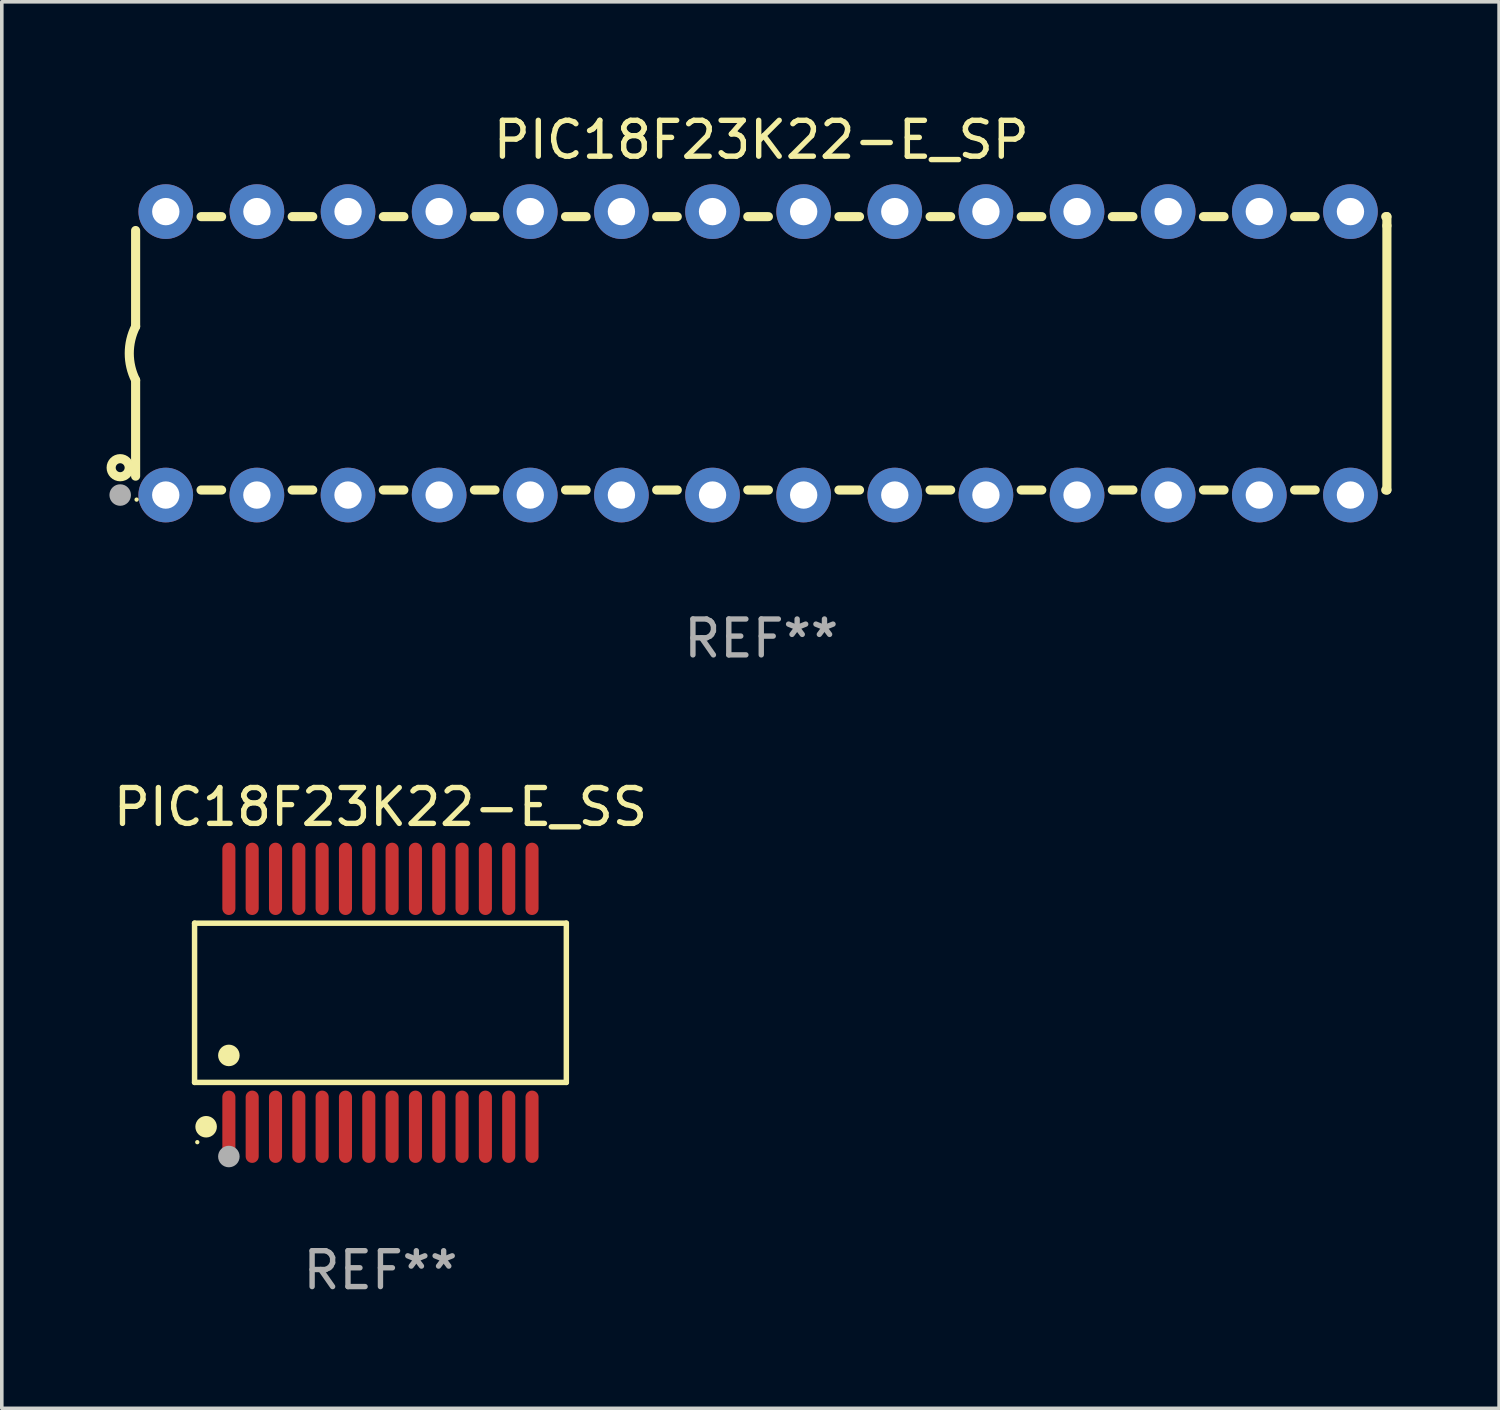
<source format=kicad_pcb>
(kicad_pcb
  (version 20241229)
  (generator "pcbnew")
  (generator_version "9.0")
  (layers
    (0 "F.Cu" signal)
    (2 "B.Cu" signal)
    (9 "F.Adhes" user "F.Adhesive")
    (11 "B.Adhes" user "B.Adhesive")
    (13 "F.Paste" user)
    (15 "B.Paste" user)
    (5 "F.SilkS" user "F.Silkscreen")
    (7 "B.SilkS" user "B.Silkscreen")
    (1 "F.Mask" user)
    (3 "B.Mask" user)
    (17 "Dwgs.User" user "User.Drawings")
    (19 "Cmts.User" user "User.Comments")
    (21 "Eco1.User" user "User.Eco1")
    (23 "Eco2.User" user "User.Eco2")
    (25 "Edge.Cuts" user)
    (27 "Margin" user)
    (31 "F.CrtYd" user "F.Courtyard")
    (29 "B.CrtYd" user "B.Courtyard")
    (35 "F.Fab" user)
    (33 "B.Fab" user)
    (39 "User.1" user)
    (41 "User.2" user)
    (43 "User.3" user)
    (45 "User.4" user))
  (footprint "PIC18F23K22-E_SP"
    (layer "F.Cu")
    (at 18.168 6.798)
    (property "Reference" "PIC18F23K22-E_SP" (at 0 -5.95 0) (layer "F.SilkS") (effects (font (size 1 1) (thickness 0.15))))
    (attr through_hole)
    (fp_line (start -17.438 0.75) (end -17.438 3.423) (stroke (width 0.254) (type solid)) (layer "F.SilkS"))
    (fp_line (start -17.438 -3.423) (end -17.438 -0.75) (stroke (width 0.254) (type solid)) (layer "F.SilkS"))
    (fp_line (start -15.615 3.81) (end -15.041 3.81) (stroke (width 0.254) (type solid)) (layer "F.SilkS"))
    (fp_line (start -15.041 -3.81) (end -15.614 -3.81) (stroke (width 0.254) (type solid)) (layer "F.SilkS"))
    (fp_line (start -13.075 3.81) (end -12.501 3.81) (stroke (width 0.254) (type solid)) (layer "F.SilkS"))
    (fp_line (start -12.501 -3.81) (end -13.074 -3.81) (stroke (width 0.254) (type solid)) (layer "F.SilkS"))
    (fp_line (start -10.535 3.81) (end -9.961 3.81) (stroke (width 0.254) (type solid)) (layer "F.SilkS"))
    (fp_line (start -9.961 -3.81) (end -10.534 -3.81) (stroke (width 0.254) (type solid)) (layer "F.SilkS"))
    (fp_line (start -7.995 3.81) (end -7.421 3.81) (stroke (width 0.254) (type solid)) (layer "F.SilkS"))
    (fp_line (start -7.421 -3.81) (end -7.995 -3.81) (stroke (width 0.254) (type solid)) (layer "F.SilkS"))
    (fp_line (start -5.455 3.81) (end -4.881 3.81) (stroke (width 0.254) (type solid)) (layer "F.SilkS"))
    (fp_line (start -4.881 -3.81) (end -5.455 -3.81) (stroke (width 0.254) (type solid)) (layer "F.SilkS"))
    (fp_line (start -2.915 3.81) (end -2.341 3.81) (stroke (width 0.254) (type solid)) (layer "F.SilkS"))
    (fp_line (start -2.341 -3.81) (end -2.915 -3.81) (stroke (width 0.254) (type solid)) (layer "F.SilkS"))
    (fp_line (start -0.375 3.81) (end 0.199 3.81) (stroke (width 0.254) (type solid)) (layer "F.SilkS"))
    (fp_line (start 0.199 -3.81) (end -0.375 -3.81) (stroke (width 0.254) (type solid)) (layer "F.SilkS"))
    (fp_line (start 2.165 3.81) (end 2.739 3.81) (stroke (width 0.254) (type solid)) (layer "F.SilkS"))
    (fp_line (start 2.739 -3.81) (end 2.165 -3.81) (stroke (width 0.254) (type solid)) (layer "F.SilkS"))
    (fp_line (start 4.705 3.81) (end 5.279 3.81) (stroke (width 0.254) (type solid)) (layer "F.SilkS"))
    (fp_line (start 5.279 -3.81) (end 4.705 -3.81) (stroke (width 0.254) (type solid)) (layer "F.SilkS"))
    (fp_line (start 7.245 3.81) (end 7.819 3.81) (stroke (width 0.254) (type solid)) (layer "F.SilkS"))
    (fp_line (start 7.819 -3.81) (end 7.245 -3.81) (stroke (width 0.254) (type solid)) (layer "F.SilkS"))
    (fp_line (start 9.785 3.81) (end 10.359 3.81) (stroke (width 0.254) (type solid)) (layer "F.SilkS"))
    (fp_line (start 10.359 -3.81) (end 9.785 -3.81) (stroke (width 0.254) (type solid)) (layer "F.SilkS"))
    (fp_line (start 12.325 3.81) (end 12.899 3.81) (stroke (width 0.254) (type solid)) (layer "F.SilkS"))
    (fp_line (start 12.899 -3.81) (end 12.325 -3.81) (stroke (width 0.254) (type solid)) (layer "F.SilkS"))
    (fp_line (start 14.865 3.81) (end 15.439 3.81) (stroke (width 0.254) (type solid)) (layer "F.SilkS"))
    (fp_line (start 15.439 -3.81) (end 14.865 -3.81) (stroke (width 0.254) (type solid)) (layer "F.SilkS"))
    (fp_line (start 17.405 3.81) (end 17.438 3.81) (stroke (width 0.254) (type solid)) (layer "F.SilkS"))
    (fp_line (start 17.438 -3.81) (end 17.405 -3.81) (stroke (width 0.254) (type solid)) (layer "F.SilkS"))
    (fp_line (start 17.438 -3.556) (end 17.438 -3.81) (stroke (width 0.254) (type solid)) (layer "F.SilkS"))
    (fp_line (start 17.438 3.81) (end 17.438 -3.556) (stroke (width 0.254) (type solid)) (layer "F.SilkS"))
    (fp_arc (start -17.437986 0.749657) (mid -17.614887 -0.000024) (end -17.437783 -0.749657) (stroke (width 0.254001) (type solid)) (layer "F.SilkS"))
    (fp_circle (center -17.868 3.188) (end -17.743 3.188) (stroke (width 0.254) (type solid)) (fill no) (layer "F.SilkS"))
    (fp_circle (center -17.411 4.077) (end -17.381 4.077) (stroke (width 0.06) (type solid)) (fill no) (layer "F.SilkS"))
    (fp_circle (center -17.868 3.95) (end -17.718 3.95) (stroke (width 0.3) (type solid)) (fill no) (layer "F.Fab"))
    (fp_text user "REF**" (at 0 7.95 0) (layer "F.Fab") (effects (font (size 1 1) (thickness 0.15))))
    (pad "1" thru_hole circle (at -16.598 3.95) (size 1.524 1.524) (drill 0.762) (layers "*.Cu" "*.Mask"))
    (pad "2" thru_hole circle (at -14.058 3.95) (size 1.524 1.524) (drill 0.762) (layers "*.Cu" "*.Mask"))
    (pad "3" thru_hole circle (at -11.518 3.95) (size 1.524 1.524) (drill 0.762) (layers "*.Cu" "*.Mask"))
    (pad "4" thru_hole circle (at -8.978 3.95) (size 1.524 1.524) (drill 0.762) (layers "*.Cu" "*.Mask"))
    (pad "5" thru_hole circle (at -6.438 3.95) (size 1.524 1.524) (drill 0.762) (layers "*.Cu" "*.Mask"))
    (pad "6" thru_hole circle (at -3.898 3.95) (size 1.524 1.524) (drill 0.762) (layers "*.Cu" "*.Mask"))
    (pad "7" thru_hole circle (at -1.358 3.95) (size 1.524 1.524) (drill 0.762) (layers "*.Cu" "*.Mask"))
    (pad "8" thru_hole circle (at 1.182 3.95) (size 1.524 1.524) (drill 0.762) (layers "*.Cu" "*.Mask"))
    (pad "9" thru_hole circle (at 3.722 3.95) (size 1.524 1.524) (drill 0.762) (layers "*.Cu" "*.Mask"))
    (pad "10" thru_hole circle (at 6.262 3.95) (size 1.524 1.524) (drill 0.762) (layers "*.Cu" "*.Mask"))
    (pad "11" thru_hole circle (at 8.802 3.95) (size 1.524 1.524) (drill 0.762) (layers "*.Cu" "*.Mask"))
    (pad "12" thru_hole circle (at 11.342 3.95) (size 1.524 1.524) (drill 0.762) (layers "*.Cu" "*.Mask"))
    (pad "13" thru_hole circle (at 13.882 3.95) (size 1.524 1.524) (drill 0.762) (layers "*.Cu" "*.Mask"))
    (pad "14" thru_hole circle (at 16.422 3.95) (size 1.524 1.524) (drill 0.762) (layers "*.Cu" "*.Mask"))
    (pad "15" thru_hole circle (at 16.422 -3.95) (size 1.524 1.524) (drill 0.762) (layers "*.Cu" "*.Mask"))
    (pad "16" thru_hole circle (at 13.882 -3.95) (size 1.524 1.524) (drill 0.762) (layers "*.Cu" "*.Mask"))
    (pad "17" thru_hole circle (at 11.342 -3.95) (size 1.524 1.524) (drill 0.762) (layers "*.Cu" "*.Mask"))
    (pad "18" thru_hole circle (at 8.802 -3.95) (size 1.524 1.524) (drill 0.762) (layers "*.Cu" "*.Mask"))
    (pad "19" thru_hole circle (at 6.262 -3.95) (size 1.524 1.524) (drill 0.762) (layers "*.Cu" "*.Mask"))
    (pad "20" thru_hole circle (at 3.722 -3.95) (size 1.524 1.524) (drill 0.762) (layers "*.Cu" "*.Mask"))
    (pad "21" thru_hole circle (at 1.182 -3.95) (size 1.524 1.524) (drill 0.762) (layers "*.Cu" "*.Mask"))
    (pad "22" thru_hole circle (at -1.358 -3.95) (size 1.524 1.524) (drill 0.762) (layers "*.Cu" "*.Mask"))
    (pad "23" thru_hole circle (at -3.898 -3.95) (size 1.524 1.524) (drill 0.762) (layers "*.Cu" "*.Mask"))
    (pad "24" thru_hole circle (at -6.438 -3.95) (size 1.524 1.524) (drill 0.762) (layers "*.Cu" "*.Mask"))
    (pad "25" thru_hole circle (at -8.978 -3.95) (size 1.524 1.524) (drill 0.762) (layers "*.Cu" "*.Mask"))
    (pad "26" thru_hole circle (at -11.517 -3.95) (size 1.524 1.524) (drill 0.762) (layers "*.Cu" "*.Mask"))
    (pad "27" thru_hole circle (at -14.057 -3.95) (size 1.524 1.524) (drill 0.762) (layers "*.Cu" "*.Mask"))
    (pad "28" thru_hole circle (at -16.597 -3.95) (size 1.524 1.524) (drill 0.762) (layers "*.Cu" "*.Mask")))
  (footprint "PIC18F23K22-E_SS"
    (layer "F.Cu")
    (at 7.554 24.9)
    (property "Reference" "PIC18F23K22-E_SS" (at 0 -5.455 0) (layer "F.SilkS") (effects (font (size 1 1) (thickness 0.15))))
    (attr through_hole)
    (fp_line (start -5.181 -2.219) (end 5.181 -2.219) (stroke (width 0.152) (type solid)) (layer "F.SilkS"))
    (fp_line (start -5.181 2.219) (end -5.181 -2.219) (stroke (width 0.152) (type solid)) (layer "F.SilkS"))
    (fp_line (start 5.181 -2.219) (end 5.181 2.219) (stroke (width 0.152) (type solid)) (layer "F.SilkS"))
    (fp_line (start 5.181 2.219) (end -5.181 2.219) (stroke (width 0.152) (type solid)) (layer "F.SilkS"))
    (fp_circle (center -5.105 3.885) (end -5.075 3.885) (stroke (width 0.06) (type solid)) (fill no) (layer "F.SilkS"))
    (fp_circle (center -4.859 3.455) (end -4.709 3.455) (stroke (width 0.3) (type solid)) (fill no) (layer "F.SilkS"))
    (fp_circle (center -4.225 1.467) (end -4.075 1.467) (stroke (width 0.3) (type solid)) (fill no) (layer "F.SilkS"))
    (fp_circle (center -4.225 4.285) (end -4.075 4.285) (stroke (width 0.3) (type solid)) (fill no) (layer "F.Fab"))
    (fp_text user "REF**" (at 0 7.455 0) (layer "F.Fab") (effects (font (size 1 1) (thickness 0.15))))
    (pad "1" smd oval (at -4.225 3.455) (size 0.364 2.015) (layers "F.Cu" "F.Mask" "F.Paste"))
    (pad "2" smd oval (at -3.575 3.455) (size 0.364 2.015) (layers "F.Cu" "F.Mask" "F.Paste"))
    (pad "3" smd oval (at -2.925 3.455) (size 0.364 2.015) (layers "F.Cu" "F.Mask" "F.Paste"))
    (pad "4" smd oval (at -2.275 3.455) (size 0.364 2.015) (layers "F.Cu" "F.Mask" "F.Paste"))
    (pad "5" smd oval (at -1.625 3.455) (size 0.364 2.015) (layers "F.Cu" "F.Mask" "F.Paste"))
    (pad "6" smd oval (at -0.975 3.455) (size 0.364 2.015) (layers "F.Cu" "F.Mask" "F.Paste"))
    (pad "7" smd oval (at -0.325 3.455) (size 0.364 2.015) (layers "F.Cu" "F.Mask" "F.Paste"))
    (pad "8" smd oval (at 0.325 3.455) (size 0.364 2.015) (layers "F.Cu" "F.Mask" "F.Paste"))
    (pad "9" smd oval (at 0.975 3.455) (size 0.364 2.015) (layers "F.Cu" "F.Mask" "F.Paste"))
    (pad "10" smd oval (at 1.625 3.455) (size 0.364 2.015) (layers "F.Cu" "F.Mask" "F.Paste"))
    (pad "11" smd oval (at 2.275 3.455) (size 0.364 2.015) (layers "F.Cu" "F.Mask" "F.Paste"))
    (pad "12" smd oval (at 2.925 3.455) (size 0.364 2.015) (layers "F.Cu" "F.Mask" "F.Paste"))
    (pad "13" smd oval (at 3.575 3.455) (size 0.364 2.015) (layers "F.Cu" "F.Mask" "F.Paste"))
    (pad "14" smd oval (at 4.225 3.455) (size 0.364 2.015) (layers "F.Cu" "F.Mask" "F.Paste"))
    (pad "15" smd oval (at 4.225 -3.455) (size 0.364 2.015) (layers "F.Cu" "F.Mask" "F.Paste"))
    (pad "16" smd oval (at 3.575 -3.455) (size 0.364 2.015) (layers "F.Cu" "F.Mask" "F.Paste"))
    (pad "17" smd oval (at 2.925 -3.455) (size 0.364 2.015) (layers "F.Cu" "F.Mask" "F.Paste"))
    (pad "18" smd oval (at 2.275 -3.455) (size 0.364 2.015) (layers "F.Cu" "F.Mask" "F.Paste"))
    (pad "19" smd oval (at 1.625 -3.455) (size 0.364 2.015) (layers "F.Cu" "F.Mask" "F.Paste"))
    (pad "20" smd oval (at 0.975 -3.455) (size 0.364 2.015) (layers "F.Cu" "F.Mask" "F.Paste"))
    (pad "21" smd oval (at 0.325 -3.455) (size 0.364 2.015) (layers "F.Cu" "F.Mask" "F.Paste"))
    (pad "22" smd oval (at -0.325 -3.455) (size 0.364 2.015) (layers "F.Cu" "F.Mask" "F.Paste"))
    (pad "23" smd oval (at -0.975 -3.455) (size 0.364 2.015) (layers "F.Cu" "F.Mask" "F.Paste"))
    (pad "24" smd oval (at -1.625 -3.455) (size 0.364 2.015) (layers "F.Cu" "F.Mask" "F.Paste"))
    (pad "25" smd oval (at -2.275 -3.455) (size 0.364 2.015) (layers "F.Cu" "F.Mask" "F.Paste"))
    (pad "26" smd oval (at -2.925 -3.455) (size 0.364 2.015) (layers "F.Cu" "F.Mask" "F.Paste"))
    (pad "27" smd oval (at -3.575 -3.455) (size 0.364 2.015) (layers "F.Cu" "F.Mask" "F.Paste"))
    (pad "28" smd oval (at -4.225 -3.455) (size 0.364 2.015) (layers "F.Cu" "F.Mask" "F.Paste")))
  (gr_rect
    (start -3 -3)
    (end 38.733 36.203)
    (stroke (width 0.1) (type default))
    (fill no)
    (layer "Edge.Cuts")))
</source>
